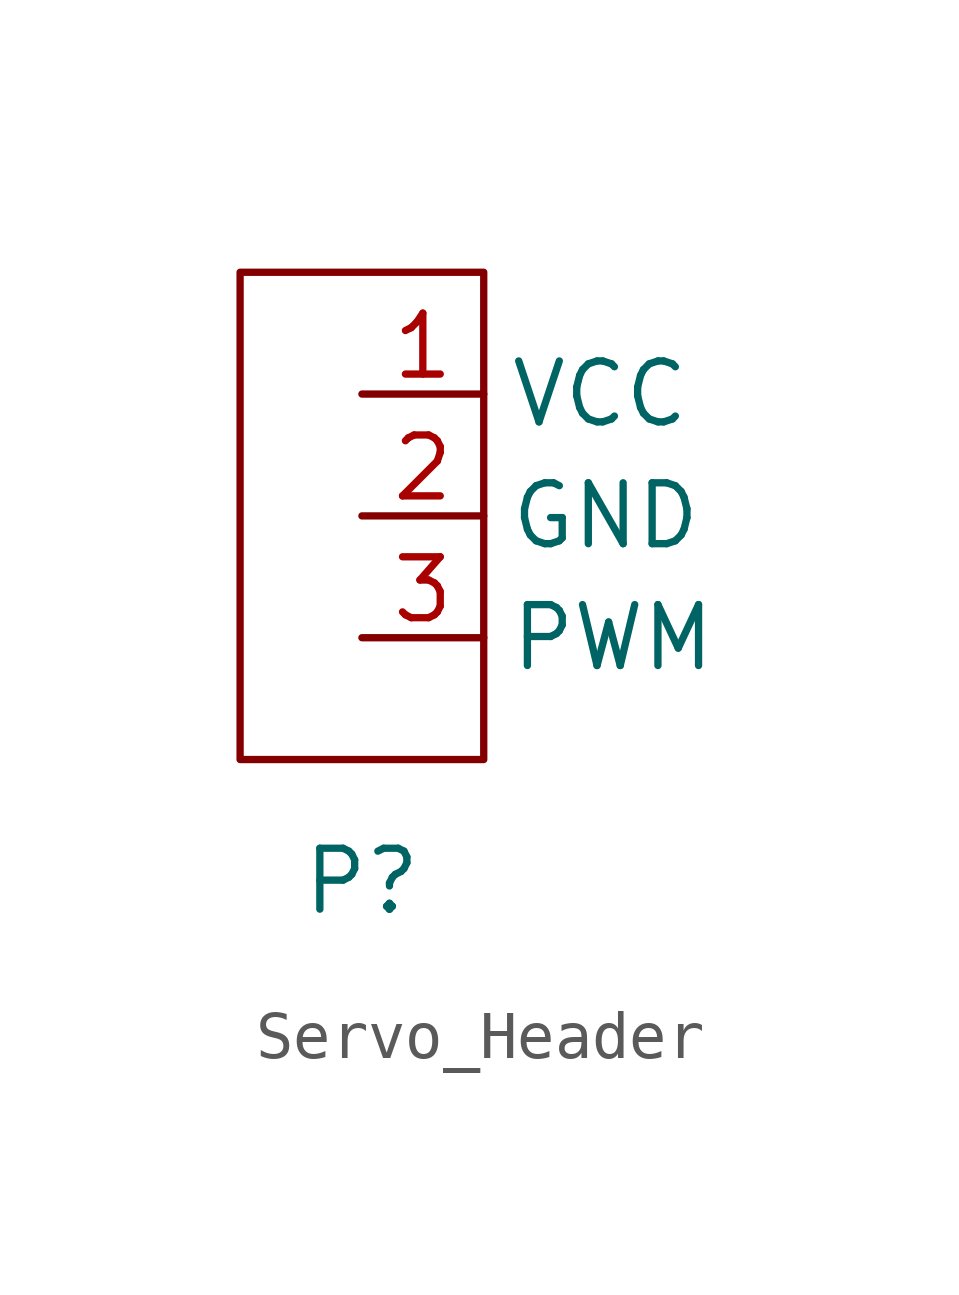
<source format=kicad_sym>
(kicad_symbol_lib
  (version 20220914)
  (generator kicad_symbol_editor)
  (symbol "Servo_Header"
    (property "Reference" "P"
      (at 0 -12.7 0)
      (effects (font (size 1.27 1.27))))
    (property "Value" ""
      (at 0 0 0)
      (effects (font (size 1.27 1.27))))
    (symbol "Servo_Header_0_1"
      (rectangle (start -2.54 0) (end 2.54 -10.16) (stroke (width 0) (type default)) (fill (type none))))
    (symbol "Servo_Header_1_1"
      (pin power_out line (at 0 -2.54 0) (length 2.54) (name "VCC" (effects (font (size 1.27 1.27)))) (number "1" (effects (font (size 1.27 1.27)))))
      (pin power_out line (at 0 -5.08 0) (length 2.54) (name "GND" (effects (font (size 1.27 1.27)))) (number "2" (effects (font (size 1.27 1.27)))))
      (pin output line (at 0 -7.62 0) (length 2.54) (name "PWM" (effects (font (size 1.27 1.27)))) (number "3" (effects (font (size 1.27 1.27))))))))
</source>
